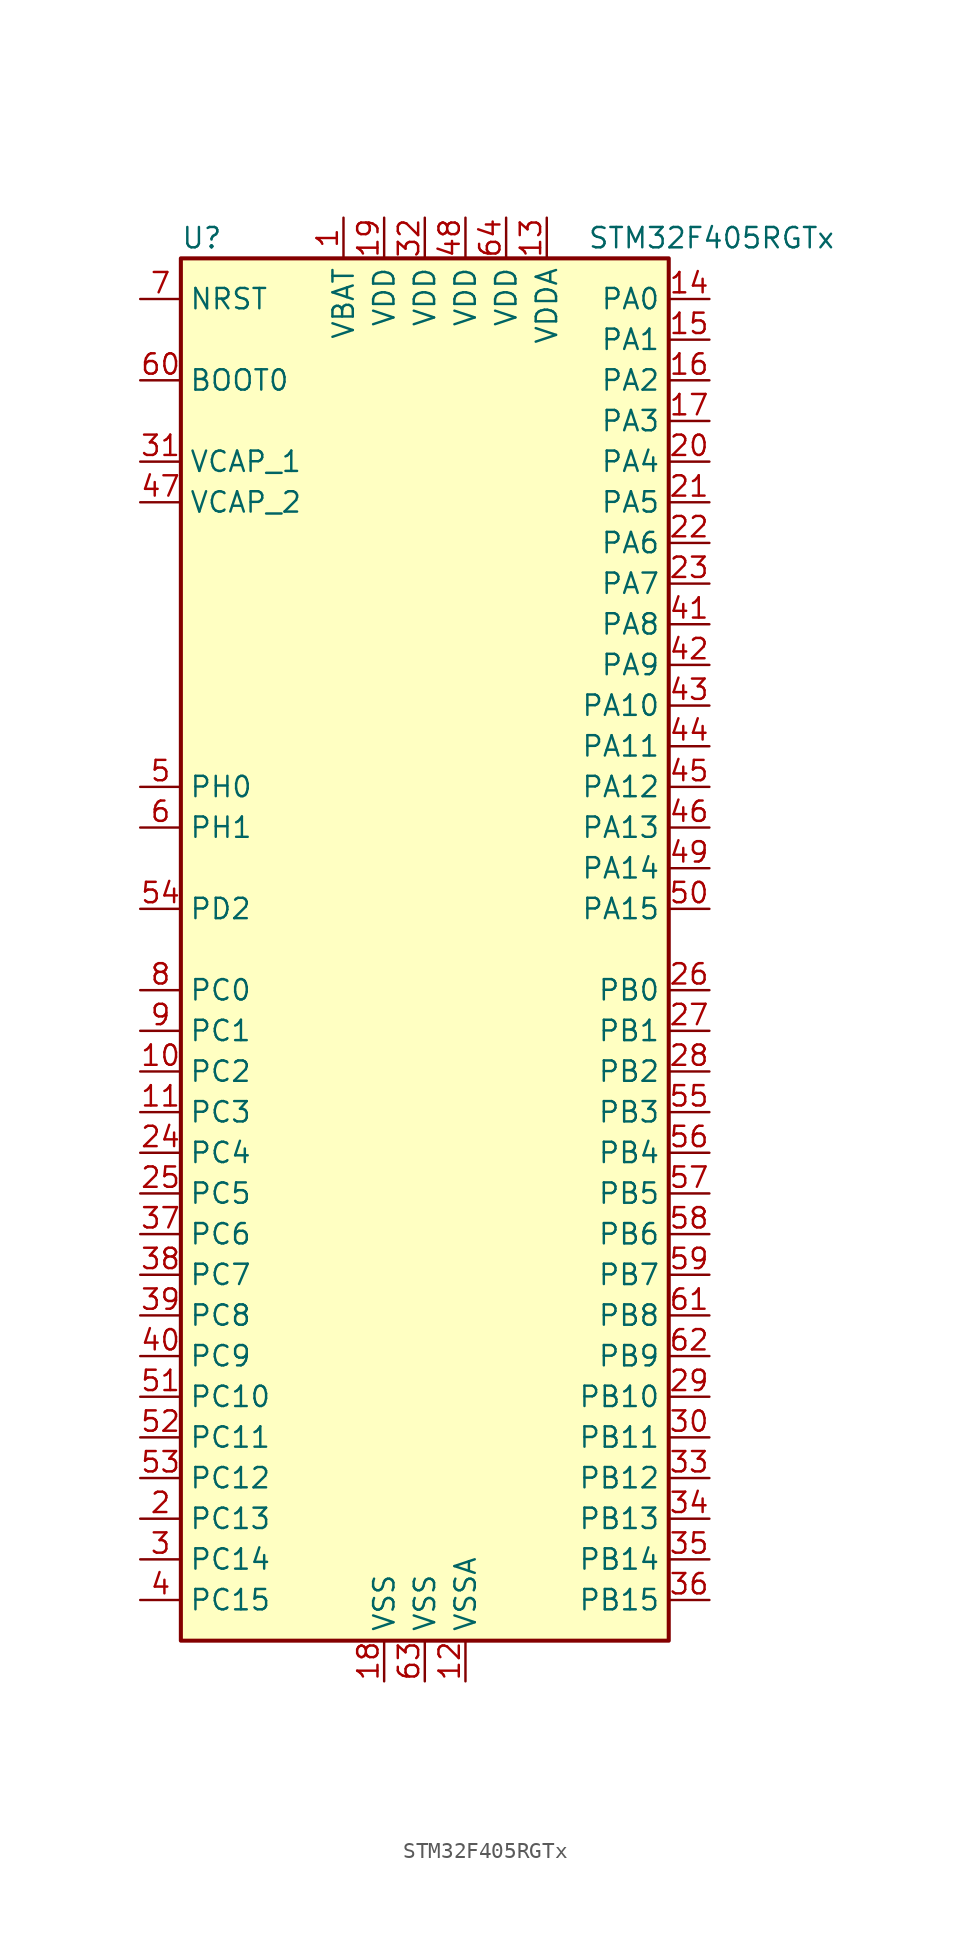
<source format=kicad_sym>
(kicad_symbol_lib
  (version 20201005)
  (generator kicad_symbol_editor)
  (symbol "STM32F405RGTx"
    (property "Reference" "U"
      (at -15.24 44.45 0)
      (effects (font (size 1.27 1.27)) (justify left)))
    (property "Value" "STM32F405RGTx"
      (at 10.16 44.45 0)
      (effects (font (size 1.27 1.27)) (justify left)))
    (symbol "STM32F405RGTx_0_1"
      (rectangle (start -15.24 -43.18) (end 15.24 43.18) (stroke (width 0.254)) (fill (type background))))
    (symbol "STM32F405RGTx_1_1"
      (pin power_in line (at -5.08 45.72 270) (length 2.54) (name "VBAT" (effects (font (size 1.27 1.27)))) (number "1" (effects (font (size 1.27 1.27)))))
      (pin bidirectional line (at -17.78 -7.62 0) (length 2.54) (name "PC2" (effects (font (size 1.27 1.27)))) (number "10" (effects (font (size 1.27 1.27)))))
      (pin bidirectional line (at -17.78 -10.16 0) (length 2.54) (name "PC3" (effects (font (size 1.27 1.27)))) (number "11" (effects (font (size 1.27 1.27)))))
      (pin power_in line (at 2.54 -45.72 90) (length 2.54) (name "VSSA" (effects (font (size 1.27 1.27)))) (number "12" (effects (font (size 1.27 1.27)))))
      (pin power_in line (at 7.62 45.72 270) (length 2.54) (name "VDDA" (effects (font (size 1.27 1.27)))) (number "13" (effects (font (size 1.27 1.27)))))
      (pin bidirectional line (at 17.78 40.64 180) (length 2.54) (name "PA0" (effects (font (size 1.27 1.27)))) (number "14" (effects (font (size 1.27 1.27)))))
      (pin bidirectional line (at 17.78 38.1 180) (length 2.54) (name "PA1" (effects (font (size 1.27 1.27)))) (number "15" (effects (font (size 1.27 1.27)))))
      (pin bidirectional line (at 17.78 35.56 180) (length 2.54) (name "PA2" (effects (font (size 1.27 1.27)))) (number "16" (effects (font (size 1.27 1.27)))))
      (pin bidirectional line (at 17.78 33.02 180) (length 2.54) (name "PA3" (effects (font (size 1.27 1.27)))) (number "17" (effects (font (size 1.27 1.27)))))
      (pin power_in line (at -2.54 -45.72 90) (length 2.54) (name "VSS" (effects (font (size 1.27 1.27)))) (number "18" (effects (font (size 1.27 1.27)))))
      (pin power_in line (at -2.54 45.72 270) (length 2.54) (name "VDD" (effects (font (size 1.27 1.27)))) (number "19" (effects (font (size 1.27 1.27)))))
      (pin bidirectional line (at -17.78 -35.56 0) (length 2.54) (name "PC13" (effects (font (size 1.27 1.27)))) (number "2" (effects (font (size 1.27 1.27)))))
      (pin bidirectional line (at 17.78 30.48 180) (length 2.54) (name "PA4" (effects (font (size 1.27 1.27)))) (number "20" (effects (font (size 1.27 1.27)))))
      (pin bidirectional line (at 17.78 27.94 180) (length 2.54) (name "PA5" (effects (font (size 1.27 1.27)))) (number "21" (effects (font (size 1.27 1.27)))))
      (pin bidirectional line (at 17.78 25.4 180) (length 2.54) (name "PA6" (effects (font (size 1.27 1.27)))) (number "22" (effects (font (size 1.27 1.27)))))
      (pin bidirectional line (at 17.78 22.86 180) (length 2.54) (name "PA7" (effects (font (size 1.27 1.27)))) (number "23" (effects (font (size 1.27 1.27)))))
      (pin bidirectional line (at -17.78 -12.7 0) (length 2.54) (name "PC4" (effects (font (size 1.27 1.27)))) (number "24" (effects (font (size 1.27 1.27)))))
      (pin bidirectional line (at -17.78 -15.24 0) (length 2.54) (name "PC5" (effects (font (size 1.27 1.27)))) (number "25" (effects (font (size 1.27 1.27)))))
      (pin bidirectional line (at 17.78 -2.54 180) (length 2.54) (name "PB0" (effects (font (size 1.27 1.27)))) (number "26" (effects (font (size 1.27 1.27)))))
      (pin bidirectional line (at 17.78 -5.08 180) (length 2.54) (name "PB1" (effects (font (size 1.27 1.27)))) (number "27" (effects (font (size 1.27 1.27)))))
      (pin bidirectional line (at 17.78 -7.62 180) (length 2.54) (name "PB2" (effects (font (size 1.27 1.27)))) (number "28" (effects (font (size 1.27 1.27)))))
      (pin bidirectional line (at 17.78 -27.94 180) (length 2.54) (name "PB10" (effects (font (size 1.27 1.27)))) (number "29" (effects (font (size 1.27 1.27)))))
      (pin bidirectional line (at -17.78 -38.1 0) (length 2.54) (name "PC14" (effects (font (size 1.27 1.27)))) (number "3" (effects (font (size 1.27 1.27)))))
      (pin bidirectional line (at 17.78 -30.48 180) (length 2.54) (name "PB11" (effects (font (size 1.27 1.27)))) (number "30" (effects (font (size 1.27 1.27)))))
      (pin power_in line (at -17.78 30.48 0) (length 2.54) (name "VCAP_1" (effects (font (size 1.27 1.27)))) (number "31" (effects (font (size 1.27 1.27)))))
      (pin power_in line (at 0 45.72 270) (length 2.54) (name "VDD" (effects (font (size 1.27 1.27)))) (number "32" (effects (font (size 1.27 1.27)))))
      (pin bidirectional line (at 17.78 -33.02 180) (length 2.54) (name "PB12" (effects (font (size 1.27 1.27)))) (number "33" (effects (font (size 1.27 1.27)))))
      (pin bidirectional line (at 17.78 -35.56 180) (length 2.54) (name "PB13" (effects (font (size 1.27 1.27)))) (number "34" (effects (font (size 1.27 1.27)))))
      (pin bidirectional line (at 17.78 -38.1 180) (length 2.54) (name "PB14" (effects (font (size 1.27 1.27)))) (number "35" (effects (font (size 1.27 1.27)))))
      (pin bidirectional line (at 17.78 -40.64 180) (length 2.54) (name "PB15" (effects (font (size 1.27 1.27)))) (number "36" (effects (font (size 1.27 1.27)))))
      (pin bidirectional line (at -17.78 -17.78 0) (length 2.54) (name "PC6" (effects (font (size 1.27 1.27)))) (number "37" (effects (font (size 1.27 1.27)))))
      (pin bidirectional line (at -17.78 -20.32 0) (length 2.54) (name "PC7" (effects (font (size 1.27 1.27)))) (number "38" (effects (font (size 1.27 1.27)))))
      (pin bidirectional line (at -17.78 -22.86 0) (length 2.54) (name "PC8" (effects (font (size 1.27 1.27)))) (number "39" (effects (font (size 1.27 1.27)))))
      (pin bidirectional line (at -17.78 -40.64 0) (length 2.54) (name "PC15" (effects (font (size 1.27 1.27)))) (number "4" (effects (font (size 1.27 1.27)))))
      (pin bidirectional line (at -17.78 -25.4 0) (length 2.54) (name "PC9" (effects (font (size 1.27 1.27)))) (number "40" (effects (font (size 1.27 1.27)))))
      (pin bidirectional line (at 17.78 20.32 180) (length 2.54) (name "PA8" (effects (font (size 1.27 1.27)))) (number "41" (effects (font (size 1.27 1.27)))))
      (pin bidirectional line (at 17.78 17.78 180) (length 2.54) (name "PA9" (effects (font (size 1.27 1.27)))) (number "42" (effects (font (size 1.27 1.27)))))
      (pin bidirectional line (at 17.78 15.24 180) (length 2.54) (name "PA10" (effects (font (size 1.27 1.27)))) (number "43" (effects (font (size 1.27 1.27)))))
      (pin bidirectional line (at 17.78 12.7 180) (length 2.54) (name "PA11" (effects (font (size 1.27 1.27)))) (number "44" (effects (font (size 1.27 1.27)))))
      (pin bidirectional line (at 17.78 10.16 180) (length 2.54) (name "PA12" (effects (font (size 1.27 1.27)))) (number "45" (effects (font (size 1.27 1.27)))))
      (pin bidirectional line (at 17.78 7.62 180) (length 2.54) (name "PA13" (effects (font (size 1.27 1.27)))) (number "46" (effects (font (size 1.27 1.27)))))
      (pin power_in line (at -17.78 27.94 0) (length 2.54) (name "VCAP_2" (effects (font (size 1.27 1.27)))) (number "47" (effects (font (size 1.27 1.27)))))
      (pin power_in line (at 2.54 45.72 270) (length 2.54) (name "VDD" (effects (font (size 1.27 1.27)))) (number "48" (effects (font (size 1.27 1.27)))))
      (pin bidirectional line (at 17.78 5.08 180) (length 2.54) (name "PA14" (effects (font (size 1.27 1.27)))) (number "49" (effects (font (size 1.27 1.27)))))
      (pin input line (at -17.78 10.16 0) (length 2.54) (name "PH0" (effects (font (size 1.27 1.27)))) (number "5" (effects (font (size 1.27 1.27)))))
      (pin bidirectional line (at 17.78 2.54 180) (length 2.54) (name "PA15" (effects (font (size 1.27 1.27)))) (number "50" (effects (font (size 1.27 1.27)))))
      (pin bidirectional line (at -17.78 -27.94 0) (length 2.54) (name "PC10" (effects (font (size 1.27 1.27)))) (number "51" (effects (font (size 1.27 1.27)))))
      (pin bidirectional line (at -17.78 -30.48 0) (length 2.54) (name "PC11" (effects (font (size 1.27 1.27)))) (number "52" (effects (font (size 1.27 1.27)))))
      (pin bidirectional line (at -17.78 -33.02 0) (length 2.54) (name "PC12" (effects (font (size 1.27 1.27)))) (number "53" (effects (font (size 1.27 1.27)))))
      (pin bidirectional line (at -17.78 2.54 0) (length 2.54) (name "PD2" (effects (font (size 1.27 1.27)))) (number "54" (effects (font (size 1.27 1.27)))))
      (pin bidirectional line (at 17.78 -10.16 180) (length 2.54) (name "PB3" (effects (font (size 1.27 1.27)))) (number "55" (effects (font (size 1.27 1.27)))))
      (pin bidirectional line (at 17.78 -12.7 180) (length 2.54) (name "PB4" (effects (font (size 1.27 1.27)))) (number "56" (effects (font (size 1.27 1.27)))))
      (pin bidirectional line (at 17.78 -15.24 180) (length 2.54) (name "PB5" (effects (font (size 1.27 1.27)))) (number "57" (effects (font (size 1.27 1.27)))))
      (pin bidirectional line (at 17.78 -17.78 180) (length 2.54) (name "PB6" (effects (font (size 1.27 1.27)))) (number "58" (effects (font (size 1.27 1.27)))))
      (pin bidirectional line (at 17.78 -20.32 180) (length 2.54) (name "PB7" (effects (font (size 1.27 1.27)))) (number "59" (effects (font (size 1.27 1.27)))))
      (pin input line (at -17.78 7.62 0) (length 2.54) (name "PH1" (effects (font (size 1.27 1.27)))) (number "6" (effects (font (size 1.27 1.27)))))
      (pin input line (at -17.78 35.56 0) (length 2.54) (name "BOOT0" (effects (font (size 1.27 1.27)))) (number "60" (effects (font (size 1.27 1.27)))))
      (pin bidirectional line (at 17.78 -22.86 180) (length 2.54) (name "PB8" (effects (font (size 1.27 1.27)))) (number "61" (effects (font (size 1.27 1.27)))))
      (pin bidirectional line (at 17.78 -25.4 180) (length 2.54) (name "PB9" (effects (font (size 1.27 1.27)))) (number "62" (effects (font (size 1.27 1.27)))))
      (pin power_in line (at 0 -45.72 90) (length 2.54) (name "VSS" (effects (font (size 1.27 1.27)))) (number "63" (effects (font (size 1.27 1.27)))))
      (pin power_in line (at 5.08 45.72 270) (length 2.54) (name "VDD" (effects (font (size 1.27 1.27)))) (number "64" (effects (font (size 1.27 1.27)))))
      (pin input line (at -17.78 40.64 0) (length 2.54) (name "NRST" (effects (font (size 1.27 1.27)))) (number "7" (effects (font (size 1.27 1.27)))))
      (pin bidirectional line (at -17.78 -2.54 0) (length 2.54) (name "PC0" (effects (font (size 1.27 1.27)))) (number "8" (effects (font (size 1.27 1.27)))))
      (pin bidirectional line (at -17.78 -5.08 0) (length 2.54) (name "PC1" (effects (font (size 1.27 1.27)))) (number "9" (effects (font (size 1.27 1.27))))))))
</source>
